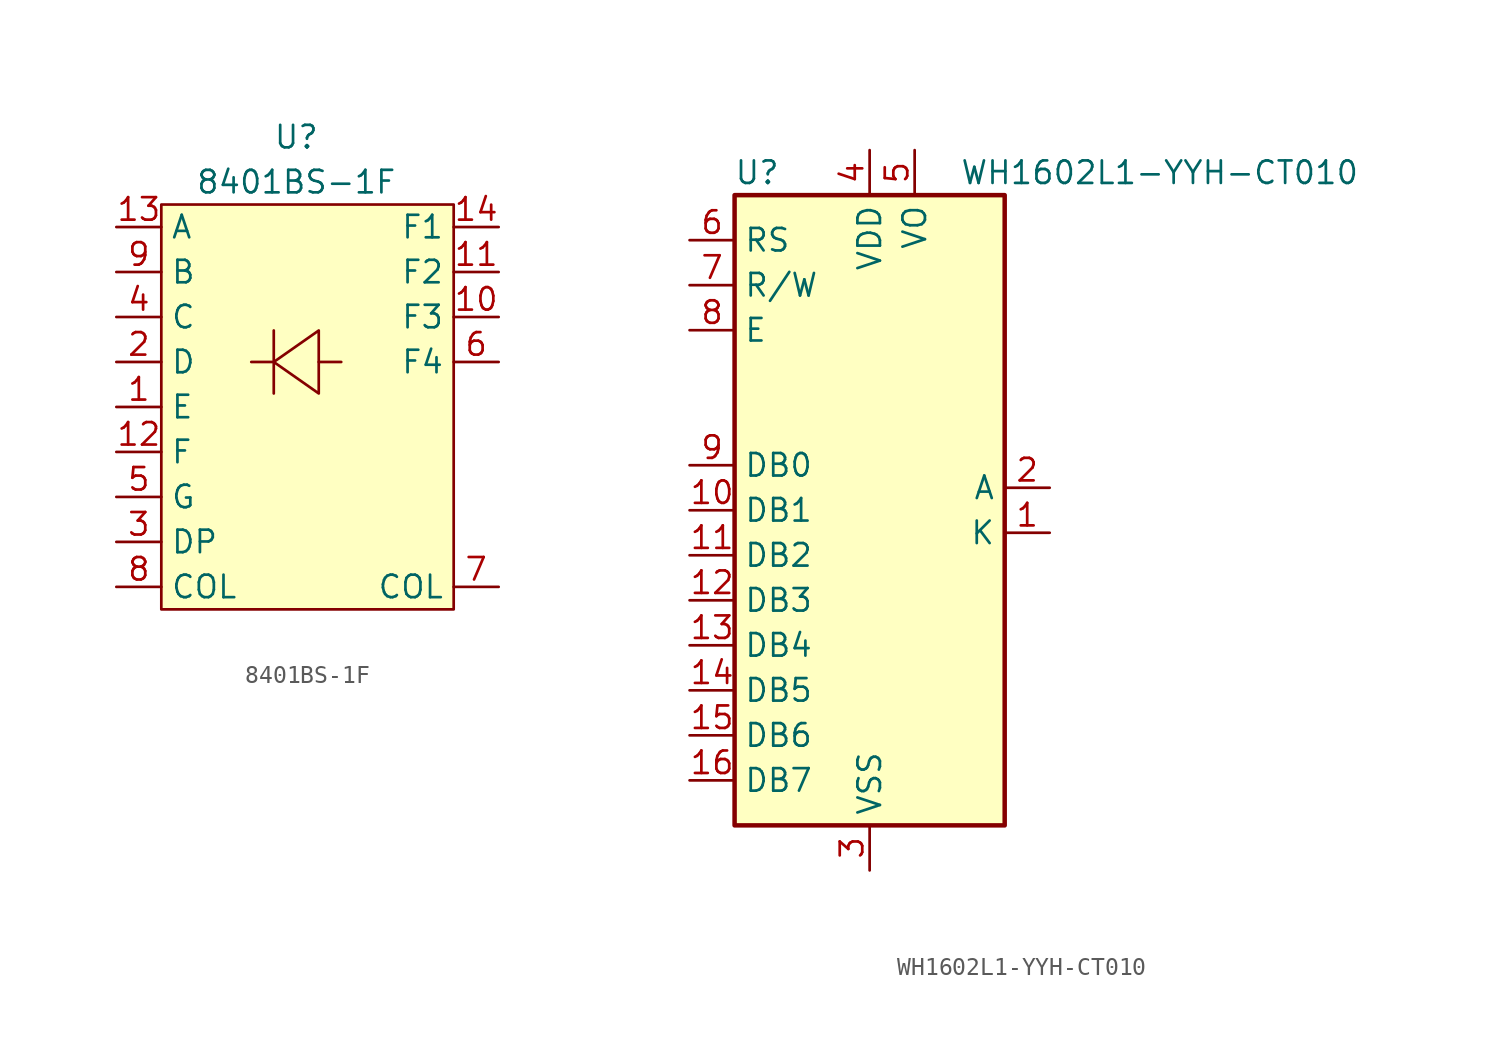
<source format=kicad_sym>
(kicad_symbol_lib
  (version 20220914)
  (generator kicad_symbol_editor)
  (symbol "8401BS-1F"
    (property "Reference" "U"
      (at 0 5.08 0)
      (effects (font (size 1.27 1.27))))
    (property "Value" "8401BS-1F"
      (at 0 2.54 0)
      (effects (font (size 1.27 1.27))))
    (symbol "8401BS-1F_0_1"
      (rectangle (start -7.62 1.27) (end 8.89 -21.59) (stroke (width 0) (type default)) (fill (type background)))
      (polyline (pts (xy -1.27 -7.62) (xy -2.54 -7.62)) (stroke (width 0) (type default)) (fill (type none)))
      (polyline (pts (xy -1.27 -5.842) (xy -1.27 -9.398)) (stroke (width 0) (type default)) (fill (type none)))
      (polyline (pts (xy 1.27 -7.62) (xy 2.54 -7.62)) (stroke (width 0) (type default)) (fill (type none)))
      (polyline (pts (xy -1.27 -7.62) (xy 1.27 -5.842) (xy 1.27 -9.398) (xy -1.27 -7.62)) (stroke (width 0) (type default)) (fill (type none))))
    (symbol "8401BS-1F_1_1"
      (pin input line (at -10.16 -10.16 0) (length 2.54) (name "E" (effects (font (size 1.27 1.27)))) (number "1" (effects (font (size 1.27 1.27)))))
      (pin input line (at 11.43 -5.08 180) (length 2.54) (name "F3" (effects (font (size 1.27 1.27)))) (number "10" (effects (font (size 1.27 1.27)))))
      (pin input line (at 11.43 -2.54 180) (length 2.54) (name "F2" (effects (font (size 1.27 1.27)))) (number "11" (effects (font (size 1.27 1.27)))))
      (pin input line (at -10.16 -12.7 0) (length 2.54) (name "F" (effects (font (size 1.27 1.27)))) (number "12" (effects (font (size 1.27 1.27)))))
      (pin input line (at -10.16 0 0) (length 2.54) (name "A" (effects (font (size 1.27 1.27)))) (number "13" (effects (font (size 1.27 1.27)))))
      (pin input line (at 11.43 0 180) (length 2.54) (name "F1" (effects (font (size 1.27 1.27)))) (number "14" (effects (font (size 1.27 1.27)))))
      (pin input line (at -10.16 -7.62 0) (length 2.54) (name "D" (effects (font (size 1.27 1.27)))) (number "2" (effects (font (size 1.27 1.27)))))
      (pin input line (at -10.16 -17.78 0) (length 2.54) (name "DP" (effects (font (size 1.27 1.27)))) (number "3" (effects (font (size 1.27 1.27)))))
      (pin input line (at -10.16 -5.08 0) (length 2.54) (name "C" (effects (font (size 1.27 1.27)))) (number "4" (effects (font (size 1.27 1.27)))))
      (pin input line (at -10.16 -15.24 0) (length 2.54) (name "G" (effects (font (size 1.27 1.27)))) (number "5" (effects (font (size 1.27 1.27)))))
      (pin input line (at 11.43 -7.62 180) (length 2.54) (name "F4" (effects (font (size 1.27 1.27)))) (number "6" (effects (font (size 1.27 1.27)))))
      (pin input line (at 11.43 -20.32 180) (length 2.54) (name "COL" (effects (font (size 1.27 1.27)))) (number "7" (effects (font (size 1.27 1.27)))))
      (pin input line (at -10.16 -20.32 0) (length 2.54) (name "COL" (effects (font (size 1.27 1.27)))) (number "8" (effects (font (size 1.27 1.27)))))
      (pin input line (at -10.16 -2.54 0) (length 2.54) (name "B" (effects (font (size 1.27 1.27)))) (number "9" (effects (font (size 1.27 1.27)))))))
  (symbol "WH1602L1-YYH-CT010"
    (property "Reference" "U"
      (at -6.35 19.05 0)
      (effects (font (size 1.27 1.27))))
    (property "Value" "WH1602L1-YYH-CT010"
      (at 5.08 19.05 0)
      (effects (font (size 1.27 1.27)) (justify left)))
    (symbol "WH1602L1-YYH-CT010_0_1"
      (rectangle (start -7.62 17.78) (end 7.62 -17.78) (stroke (width 0.254) (type default)) (fill (type background))))
    (symbol "WH1602L1-YYH-CT010_1_1"
      (pin passive line (at 10.16 -1.27 180) (length 2.54) (name "K" (effects (font (size 1.27 1.27)))) (number "1" (effects (font (size 1.27 1.27)))))
      (pin bidirectional line (at -10.16 0 0) (length 2.54) (name "DB1" (effects (font (size 1.27 1.27)))) (number "10" (effects (font (size 1.27 1.27)))))
      (pin bidirectional line (at -10.16 -2.54 0) (length 2.54) (name "DB2" (effects (font (size 1.27 1.27)))) (number "11" (effects (font (size 1.27 1.27)))))
      (pin bidirectional line (at -10.16 -5.08 0) (length 2.54) (name "DB3" (effects (font (size 1.27 1.27)))) (number "12" (effects (font (size 1.27 1.27)))))
      (pin bidirectional line (at -10.16 -7.62 0) (length 2.54) (name "DB4" (effects (font (size 1.27 1.27)))) (number "13" (effects (font (size 1.27 1.27)))))
      (pin bidirectional line (at -10.16 -10.16 0) (length 2.54) (name "DB5" (effects (font (size 1.27 1.27)))) (number "14" (effects (font (size 1.27 1.27)))))
      (pin bidirectional line (at -10.16 -12.7 0) (length 2.54) (name "DB6" (effects (font (size 1.27 1.27)))) (number "15" (effects (font (size 1.27 1.27)))))
      (pin bidirectional line (at -10.16 -15.24 0) (length 2.54) (name "DB7" (effects (font (size 1.27 1.27)))) (number "16" (effects (font (size 1.27 1.27)))))
      (pin passive line (at 10.16 1.27 180) (length 2.54) (name "A" (effects (font (size 1.27 1.27)))) (number "2" (effects (font (size 1.27 1.27)))))
      (pin power_in line (at 0 -20.32 90) (length 2.54) (name "VSS" (effects (font (size 1.27 1.27)))) (number "3" (effects (font (size 1.27 1.27)))))
      (pin power_in line (at 0 20.32 270) (length 2.54) (name "VDD" (effects (font (size 1.27 1.27)))) (number "4" (effects (font (size 1.27 1.27)))))
      (pin power_in line (at 2.54 20.32 270) (length 2.54) (name "VO" (effects (font (size 1.27 1.27)))) (number "5" (effects (font (size 1.27 1.27)))))
      (pin input line (at -10.16 15.24 0) (length 2.54) (name "RS" (effects (font (size 1.27 1.27)))) (number "6" (effects (font (size 1.27 1.27)))))
      (pin input line (at -10.16 12.7 0) (length 2.54) (name "R/W" (effects (font (size 1.27 1.27)))) (number "7" (effects (font (size 1.27 1.27)))))
      (pin input line (at -10.16 10.16 0) (length 2.54) (name "E" (effects (font (size 1.27 1.27)))) (number "8" (effects (font (size 1.27 1.27)))))
      (pin bidirectional line (at -10.16 2.54 0) (length 2.54) (name "DB0" (effects (font (size 1.27 1.27)))) (number "9" (effects (font (size 1.27 1.27))))))))
</source>
